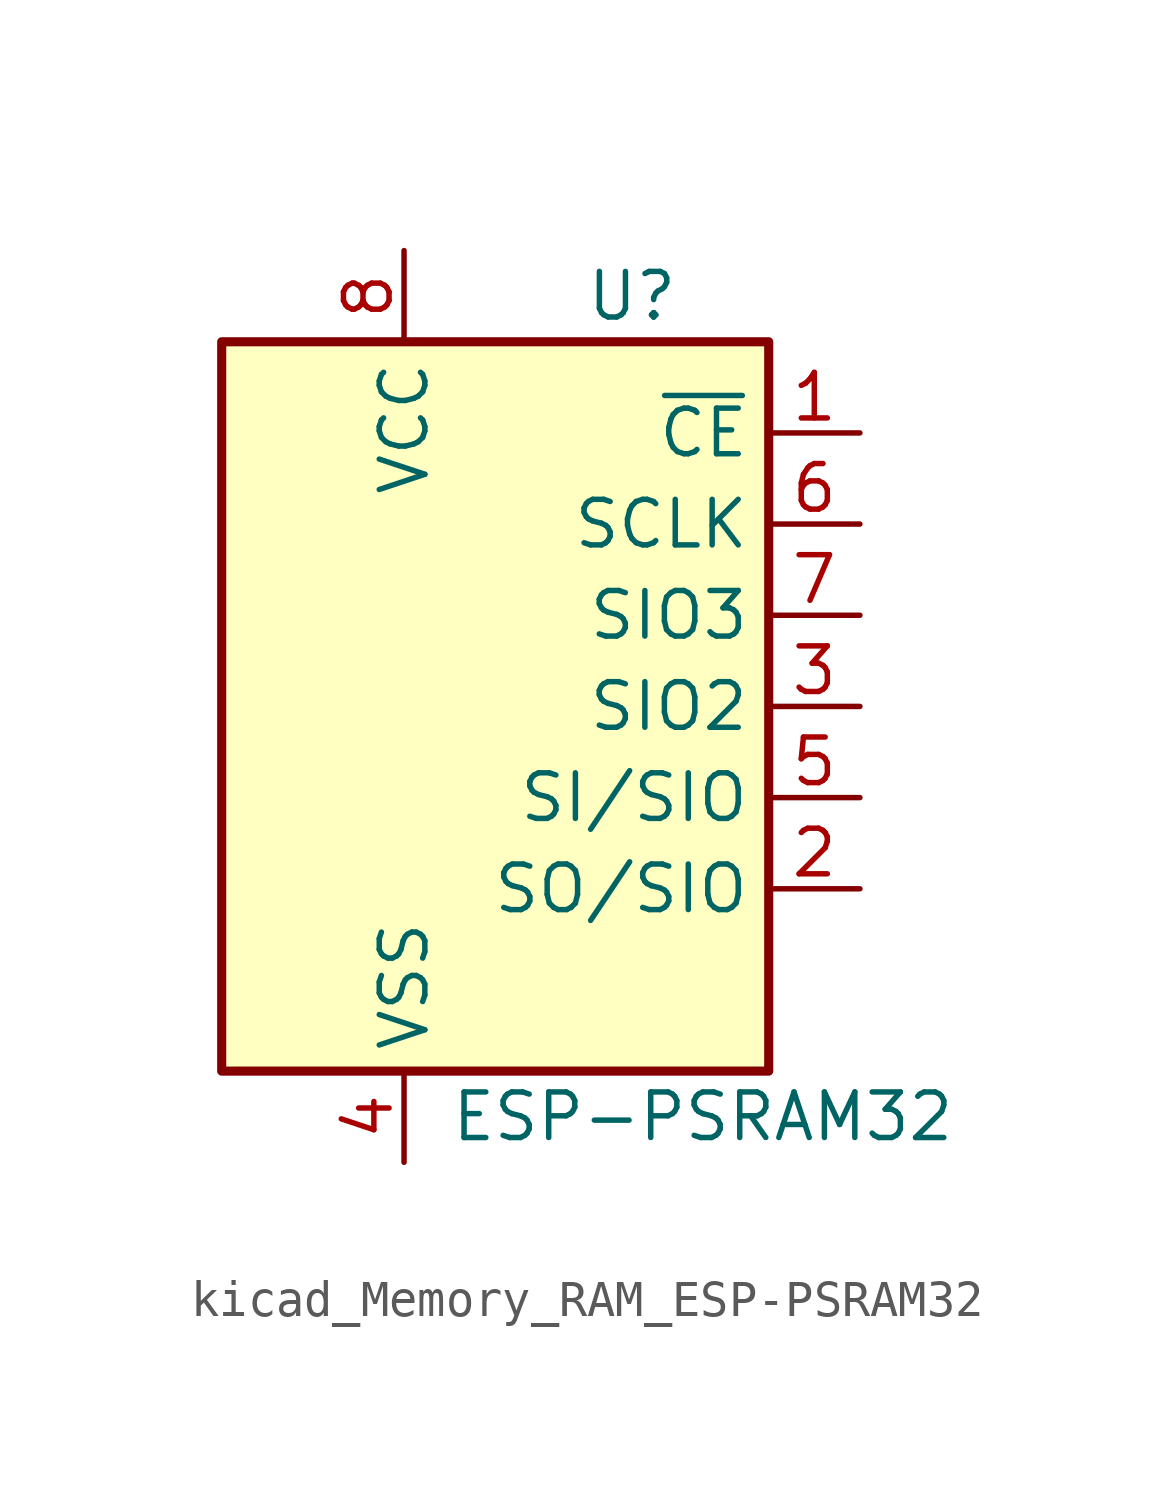
<source format=kicad_sym>
(kicad_symbol_lib
  (version 20220914)
  (generator kicad_symbol_editor)
  (symbol "kicad_Memory_RAM_ESP-PSRAM32"
    (property "Reference" "U"
      (at 3.81 11.43 0)
      (effects (font (size 1.27 1.27))))
    (property "Value" "ESP-PSRAM32"
      (at -1.27 -11.43 0)
      (effects (font (size 1.27 1.27)) (justify left)))
    (symbol "kicad_Memory_RAM_ESP-PSRAM32_0_1"
      (rectangle (start -7.62 10.16) (end 7.62 -10.16) (stroke (width 0.254) (type default)) (fill (type background))))
    (symbol "kicad_Memory_RAM_ESP-PSRAM32_1_1"
      (pin input line (at 10.16 7.62 180) (length 2.54) (name "~{CE}" (effects (font (size 1.27 1.27)))) (number "1" (effects (font (size 1.27 1.27)))))
      (pin output line (at 10.16 -5.08 180) (length 2.54) (name "SO/SIO" (effects (font (size 1.27 1.27)))) (number "2" (effects (font (size 1.27 1.27)))))
      (pin bidirectional line (at 10.16 0 180) (length 2.54) (name "SIO2" (effects (font (size 1.27 1.27)))) (number "3" (effects (font (size 1.27 1.27)))))
      (pin power_in line (at -2.54 -12.7 90) (length 2.54) (name "VSS" (effects (font (size 1.27 1.27)))) (number "4" (effects (font (size 1.27 1.27)))))
      (pin input line (at 10.16 -2.54 180) (length 2.54) (name "SI/SIO" (effects (font (size 1.27 1.27)))) (number "5" (effects (font (size 1.27 1.27)))))
      (pin output line (at 10.16 5.08 180) (length 2.54) (name "SCLK" (effects (font (size 1.27 1.27)))) (number "6" (effects (font (size 1.27 1.27)))))
      (pin bidirectional line (at 10.16 2.54 180) (length 2.54) (name "SIO3" (effects (font (size 1.27 1.27)))) (number "7" (effects (font (size 1.27 1.27)))))
      (pin power_in line (at -2.54 12.7 270) (length 2.54) (name "VCC" (effects (font (size 1.27 1.27)))) (number "8" (effects (font (size 1.27 1.27))))))))
</source>
